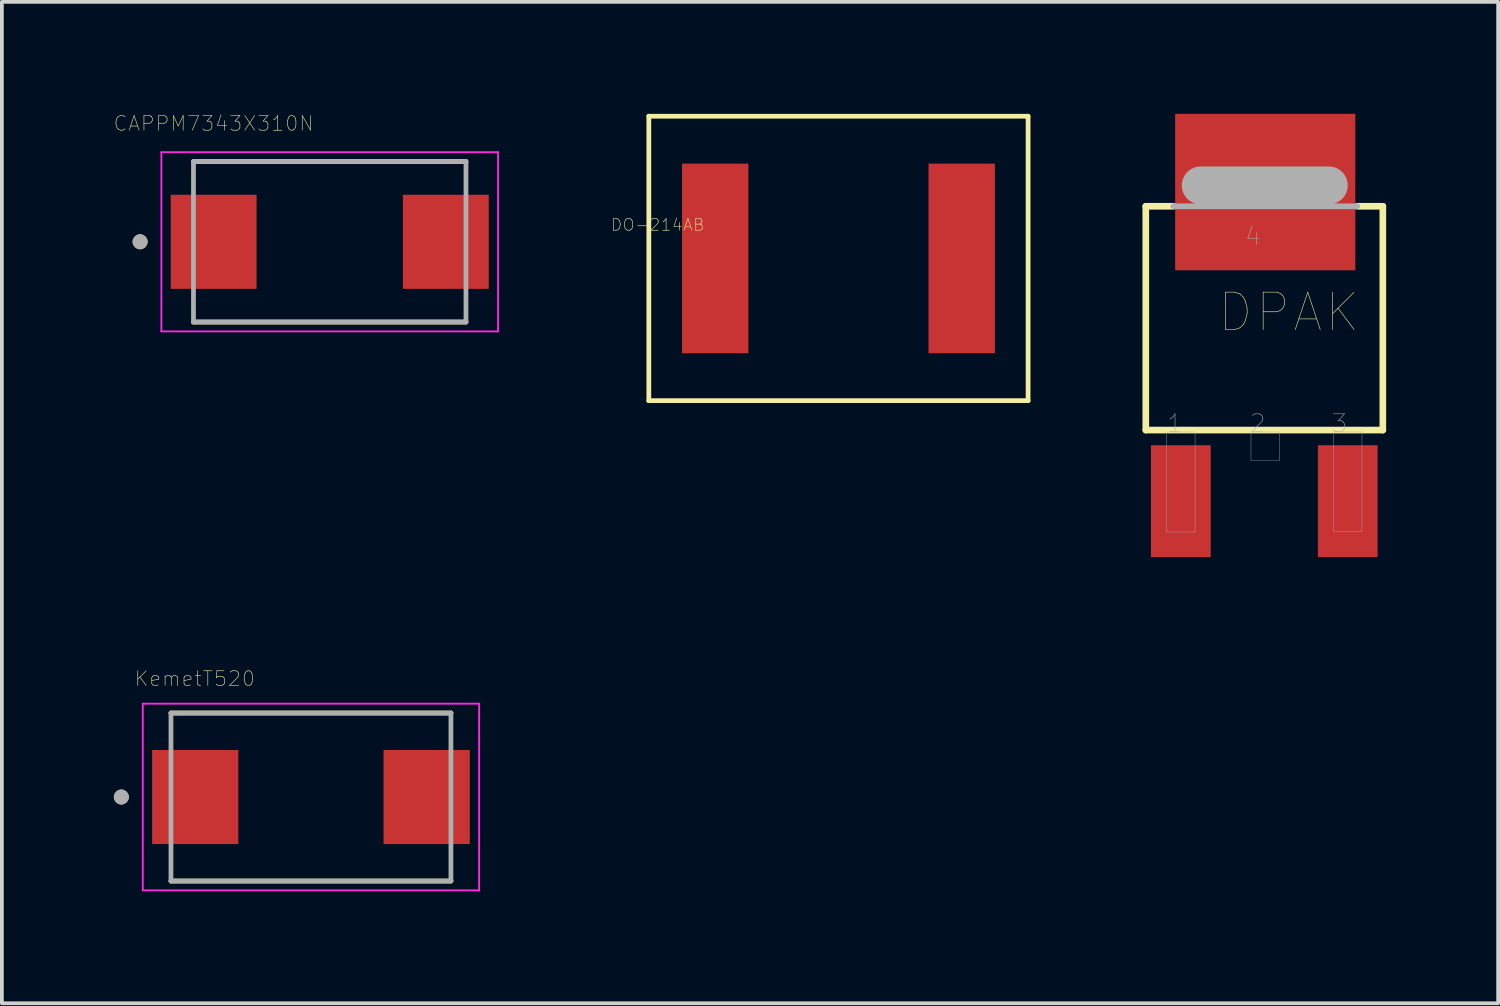
<source format=kicad_pcb>
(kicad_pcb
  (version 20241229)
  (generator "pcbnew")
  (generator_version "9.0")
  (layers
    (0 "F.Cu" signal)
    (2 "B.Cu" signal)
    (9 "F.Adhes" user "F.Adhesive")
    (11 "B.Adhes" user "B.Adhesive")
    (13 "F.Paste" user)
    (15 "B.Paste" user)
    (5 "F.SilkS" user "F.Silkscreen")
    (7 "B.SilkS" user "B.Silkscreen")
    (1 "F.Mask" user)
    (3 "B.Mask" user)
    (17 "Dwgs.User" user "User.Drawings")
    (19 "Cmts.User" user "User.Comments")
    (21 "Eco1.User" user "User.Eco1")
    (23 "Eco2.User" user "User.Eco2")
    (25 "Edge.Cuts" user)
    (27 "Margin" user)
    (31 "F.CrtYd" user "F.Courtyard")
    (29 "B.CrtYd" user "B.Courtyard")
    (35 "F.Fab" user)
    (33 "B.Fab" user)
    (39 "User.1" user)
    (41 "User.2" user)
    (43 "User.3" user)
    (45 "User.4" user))
  (footprint "DO-214AB"
    (layer "F.Cu")
    (at 19.411 3.873)
    (property "Reference" "DO-214AB" (at -4.842 -0.9 0) (layer "F.SilkS") (effects (font (size 0.315 0.315) (thickness 0.015))))
    (attr through_hole)
    (fp_line (start -5.08 -3.81) (end 5.08 -3.81) (stroke (width 0.127) (type solid)) (layer "F.SilkS"))
    (fp_line (start -5.08 3.81) (end -5.08 -3.81) (stroke (width 0.127) (type solid)) (layer "F.SilkS"))
    (fp_line (start 5.08 -3.81) (end 5.08 3.81) (stroke (width 0.127) (type solid)) (layer "F.SilkS"))
    (fp_line (start 5.08 3.81) (end -5.08 3.81) (stroke (width 0.127) (type solid)) (layer "F.SilkS"))
    (pad "IN" smd rect (at -3.302 0) (size 1.778 5.08) (layers "F.Cu" "F.Mask" "F.Paste"))
    (pad "OUT" smd rect (at 3.302 0) (size 1.778 5.08) (layers "F.Cu" "F.Mask" "F.Paste")))
  (footprint "CAPPM7343X310N"
    (layer "F.Cu")
    (at 5.783 3.427)
    (property "Reference" "CAPPM7343X310N" (at -3.11 -3.17 0) (layer "F.SilkS") (effects (font (size 0.394 0.394) (thickness 0.015))))
    (attr through_hole)
    (fp_line (start -3.65 -2.15) (end 3.65 -2.15) (stroke (width 0.127) (type solid)) (layer "F.SilkS"))
    (fp_line (start -3.65 2.15) (end 3.65 2.15) (stroke (width 0.127) (type solid)) (layer "F.SilkS"))
    (fp_circle (center -5.08 0) (end -4.98 0) (stroke (width 0.2) (type solid)) (fill no) (layer "F.SilkS"))
    (fp_line (start -4.51 -2.4) (end 4.51 -2.4) (stroke (width 0.05) (type solid)) (layer "F.CrtYd"))
    (fp_line (start -4.51 2.4) (end -4.51 -2.4) (stroke (width 0.05) (type solid)) (layer "F.CrtYd"))
    (fp_line (start -4.51 2.4) (end 4.51 2.4) (stroke (width 0.05) (type solid)) (layer "F.CrtYd"))
    (fp_line (start 4.51 2.4) (end 4.51 -2.4) (stroke (width 0.05) (type solid)) (layer "F.CrtYd"))
    (fp_line (start -3.65 2.15) (end -3.65 -2.15) (stroke (width 0.127) (type solid)) (layer "F.Fab"))
    (fp_line (start 3.65 -2.15) (end -3.65 -2.15) (stroke (width 0.127) (type solid)) (layer "F.Fab"))
    (fp_line (start 3.65 2.15) (end -3.65 2.15) (stroke (width 0.127) (type solid)) (layer "F.Fab"))
    (fp_line (start 3.65 2.15) (end 3.65 -2.15) (stroke (width 0.127) (type solid)) (layer "F.Fab"))
    (fp_circle (center -5.08 0) (end -4.98 0) (stroke (width 0.2) (type solid)) (fill no) (layer "F.Fab"))
    (pad "1" smd rect (at -3.11 0) (size 2.3 2.52) (layers "F.Cu" "F.Mask" "F.Paste"))
    (pad "2" smd rect (at 3.11 0) (size 2.3 2.52) (layers "F.Cu" "F.Mask" "F.Paste")))
  (footprint "DPAK"
    (layer "F.Cu")
    (at 30.844 6.718)
    (property "Reference" "DPAK" (at 0.637 -1.402 0) (layer "F.SilkS") (effects (font (size 1.003 1.003) (thickness 0.015))))
    (attr through_hole)
    (fp_line (start -3.2 -4.242) (end -3.2 1.753) (stroke (width 0.178) (type solid)) (layer "F.SilkS"))
    (fp_line (start -3.2 -4.242) (end -2.464 -4.242) (stroke (width 0.178) (type solid)) (layer "F.SilkS"))
    (fp_line (start 3.15 -4.242) (end 2.464 -4.242) (stroke (width 0.178) (type solid)) (layer "F.SilkS"))
    (fp_line (start 3.15 1.753) (end -3.2 1.753) (stroke (width 0.178) (type solid)) (layer "F.SilkS"))
    (fp_line (start 3.15 1.753) (end 3.15 -4.242) (stroke (width 0.178) (type solid)) (layer "F.SilkS"))
    (fp_line (start -1.727 -4.801) (end 1.702 -4.801) (stroke (width 1.016) (type solid)) (layer "F.Fab"))
    (fp_line (start 2.464 -4.242) (end -2.464 -4.242) (stroke (width 0.152) (type solid)) (layer "F.Fab"))
    (fp_poly (pts (xy -2.649 1.803) (xy -1.88 1.803) (xy -1.88 4.483) (xy -2.649 4.483)) (stroke (width 0.01) (type solid)) (fill no) (layer "F.Fab"))
    (fp_poly (pts (xy -0.382 1.803) (xy 0.381 1.803) (xy 0.381 2.572) (xy -0.382 2.572)) (stroke (width 0.01) (type solid)) (fill no) (layer "F.Fab"))
    (fp_poly (pts (xy 1.832 1.803) (xy 2.591 1.803) (xy 2.591 4.477) (xy 1.832 4.477)) (stroke (width 0.01) (type solid)) (fill no) (layer "F.Fab"))
    (fp_text user "1" (at -2.417 1.577 0) (layer "F.Fab") (effects (font (size 0.481 0.481) (thickness 0.015))))
    (fp_text user "2" (at -0.204 1.578 0) (layer "F.Fab") (effects (font (size 0.481 0.481) (thickness 0.015))))
    (fp_text user "3" (at 1.983 1.576 0) (layer "F.Fab") (effects (font (size 0.48 0.48) (thickness 0.015))))
    (fp_text user "4" (at -0.331 -3.438 0) (layer "F.Fab") (effects (font (size 0.481 0.481) (thickness 0.015))))
    (pad "1" smd rect (at -2.261 3.658) (size 1.6 2.997) (layers "F.Cu" "F.Mask" "F.Paste"))
    (pad "3" smd rect (at 2.21 3.658) (size 1.6 2.997) (layers "F.Cu" "F.Mask" "F.Paste"))
    (pad "4" smd rect (at 0 -4.623) (size 4.826 4.191) (layers "F.Cu" "F.Mask" "F.Paste")))
  (footprint "KemetT520"
    (layer "F.Cu")
    (at 5.28 18.301)
    (property "Reference" "KemetT520" (at -3.11 -3.17 0) (layer "F.SilkS") (effects (font (size 0.394 0.394) (thickness 0.015))))
    (attr through_hole)
    (fp_line (start -3.75 -2.25) (end 3.75 -2.25) (stroke (width 0.127) (type solid)) (layer "F.SilkS"))
    (fp_line (start -3.75 2.25) (end 3.75 2.25) (stroke (width 0.127) (type solid)) (layer "F.SilkS"))
    (fp_circle (center -5.08 0) (end -4.98 0) (stroke (width 0.2) (type solid)) (fill no) (layer "F.SilkS"))
    (fp_line (start -4.505 -2.5) (end 4.505 -2.5) (stroke (width 0.05) (type solid)) (layer "F.CrtYd"))
    (fp_line (start -4.505 2.5) (end -4.505 -2.5) (stroke (width 0.05) (type solid)) (layer "F.CrtYd"))
    (fp_line (start -4.505 2.5) (end 4.505 2.5) (stroke (width 0.05) (type solid)) (layer "F.CrtYd"))
    (fp_line (start 4.505 2.5) (end 4.505 -2.5) (stroke (width 0.05) (type solid)) (layer "F.CrtYd"))
    (fp_line (start -3.75 2.25) (end -3.75 -2.25) (stroke (width 0.127) (type solid)) (layer "F.Fab"))
    (fp_line (start 3.75 -2.25) (end -3.75 -2.25) (stroke (width 0.127) (type solid)) (layer "F.Fab"))
    (fp_line (start 3.75 2.25) (end -3.75 2.25) (stroke (width 0.127) (type solid)) (layer "F.Fab"))
    (fp_line (start 3.75 2.25) (end 3.75 -2.25) (stroke (width 0.127) (type solid)) (layer "F.Fab"))
    (fp_circle (center -5.08 0) (end -4.98 0) (stroke (width 0.2) (type solid)) (fill no) (layer "F.Fab"))
    (pad "1" smd rect (at -3.1 0) (size 2.31 2.52) (layers "F.Cu" "F.Mask" "F.Paste"))
    (pad "2" smd rect (at 3.1 0) (size 2.31 2.52) (layers "F.Cu" "F.Mask" "F.Paste")))
  (gr_rect
    (start -3 -3)
    (end 37.083 23.826)
    (stroke (width 0.1) (type default))
    (fill no)
    (layer "Edge.Cuts")))
</source>
